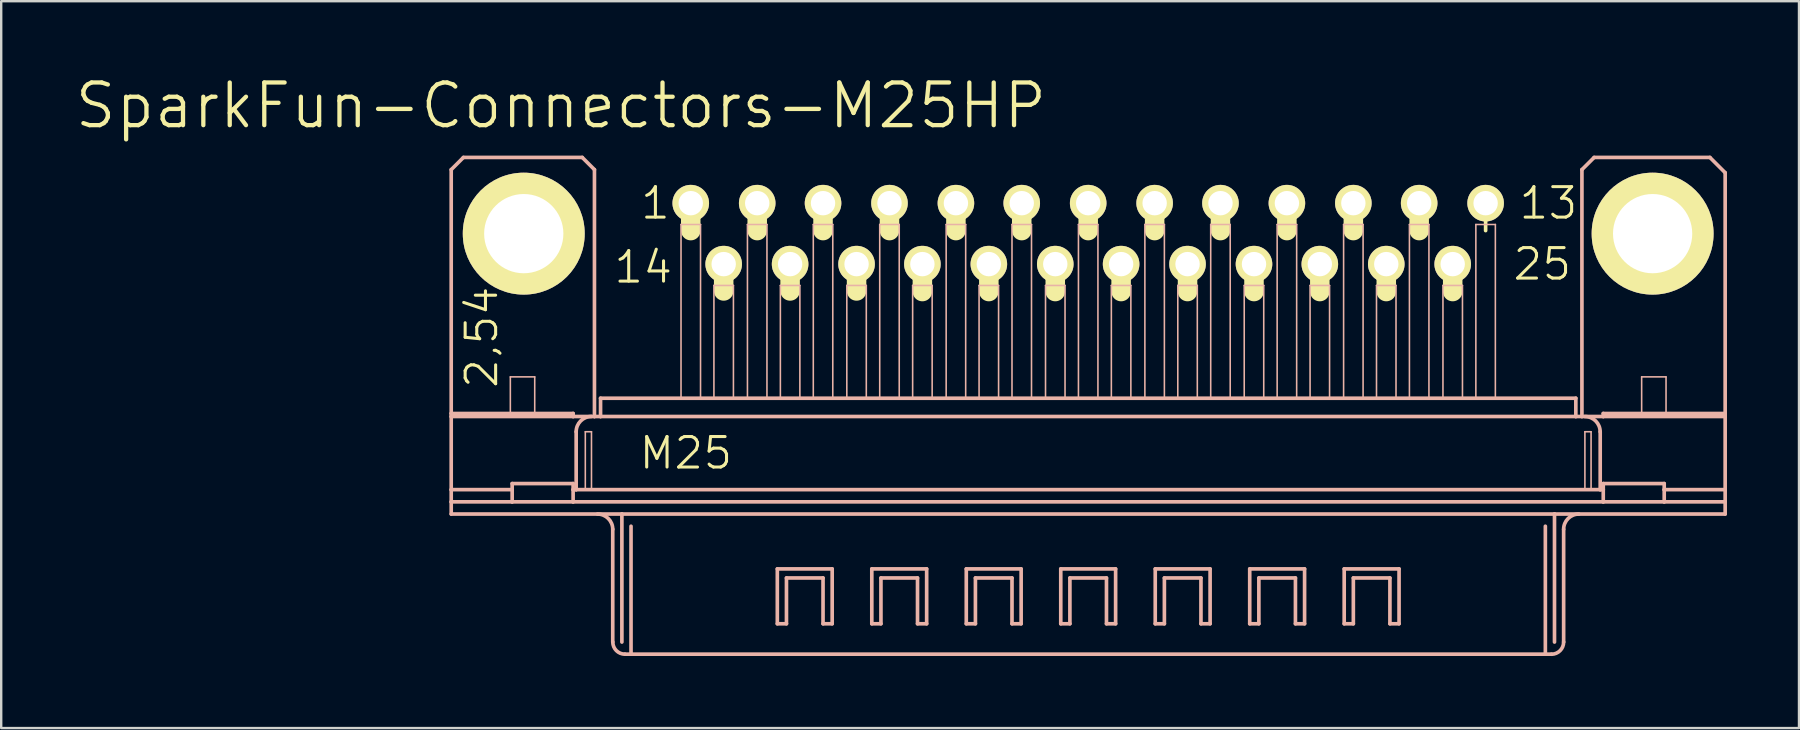
<source format=kicad_pcb>
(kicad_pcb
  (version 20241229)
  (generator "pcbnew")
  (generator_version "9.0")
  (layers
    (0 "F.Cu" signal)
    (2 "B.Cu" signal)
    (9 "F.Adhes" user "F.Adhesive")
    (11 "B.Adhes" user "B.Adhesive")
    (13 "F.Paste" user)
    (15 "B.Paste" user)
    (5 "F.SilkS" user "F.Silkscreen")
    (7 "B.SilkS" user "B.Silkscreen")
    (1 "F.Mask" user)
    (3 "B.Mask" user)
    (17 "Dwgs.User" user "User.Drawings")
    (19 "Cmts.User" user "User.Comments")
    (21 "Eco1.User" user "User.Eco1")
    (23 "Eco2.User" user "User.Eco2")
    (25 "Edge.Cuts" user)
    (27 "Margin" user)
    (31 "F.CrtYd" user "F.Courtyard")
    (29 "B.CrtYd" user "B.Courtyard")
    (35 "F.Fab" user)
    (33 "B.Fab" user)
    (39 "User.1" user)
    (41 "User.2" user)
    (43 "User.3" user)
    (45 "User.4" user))
  (footprint "SparkFun-Connectors-M25HP"
    (layer "F.Cu")
    (at 42.295 6.686)
    (property "Reference" "SparkFun-Connectors-M25HP" (at -21.971 -5.334 0) (layer "F.SilkS") (effects (font (size 1.778 1.778) (thickness 0.178))))
    (attr exclude_from_pos_files exclude_from_bom)
    (fp_line (start -16.561 -1.143) (end -16.561 -0.127) (stroke (width 0.813) (type solid)) (layer "F.SilkS"))
    (fp_line (start -15.189 1.372) (end -15.189 2.388) (stroke (width 0.813) (type solid)) (layer "F.SilkS"))
    (fp_line (start -13.792 -1.143) (end -13.792 -0.127) (stroke (width 0.813) (type solid)) (layer "F.SilkS"))
    (fp_line (start -12.421 1.372) (end -12.421 2.388) (stroke (width 0.813) (type solid)) (layer "F.SilkS"))
    (fp_line (start -11.049 -1.143) (end -11.049 -0.127) (stroke (width 0.813) (type solid)) (layer "F.SilkS"))
    (fp_line (start -9.652 1.372) (end -9.652 2.388) (stroke (width 0.813) (type solid)) (layer "F.SilkS"))
    (fp_line (start -8.28 -1.143) (end -8.28 -0.127) (stroke (width 0.813) (type solid)) (layer "F.SilkS"))
    (fp_line (start -6.909 1.397) (end -6.909 2.413) (stroke (width 0.813) (type solid)) (layer "F.SilkS"))
    (fp_line (start -5.512 -1.143) (end -5.512 -0.127) (stroke (width 0.813) (type solid)) (layer "F.SilkS"))
    (fp_line (start -4.14 1.397) (end -4.14 2.413) (stroke (width 0.813) (type solid)) (layer "F.SilkS"))
    (fp_line (start -2.769 -1.143) (end -2.769 -0.127) (stroke (width 0.813) (type solid)) (layer "F.SilkS"))
    (fp_line (start -1.372 1.397) (end -1.372 2.413) (stroke (width 0.813) (type solid)) (layer "F.SilkS"))
    (fp_line (start 0 -1.143) (end 0 -0.127) (stroke (width 0.813) (type solid)) (layer "F.SilkS"))
    (fp_line (start 1.372 1.397) (end 1.372 2.413) (stroke (width 0.813) (type solid)) (layer "F.SilkS"))
    (fp_line (start 2.769 -1.143) (end 2.769 -0.127) (stroke (width 0.813) (type solid)) (layer "F.SilkS"))
    (fp_line (start 4.14 1.397) (end 4.14 2.413) (stroke (width 0.813) (type solid)) (layer "F.SilkS"))
    (fp_line (start 5.512 -1.143) (end 5.512 -0.127) (stroke (width 0.813) (type solid)) (layer "F.SilkS"))
    (fp_line (start 6.909 1.397) (end 6.909 2.413) (stroke (width 0.813) (type solid)) (layer "F.SilkS"))
    (fp_line (start 8.28 -1.143) (end 8.28 -0.127) (stroke (width 0.813) (type solid)) (layer "F.SilkS"))
    (fp_line (start 9.652 1.397) (end 9.652 2.413) (stroke (width 0.813) (type solid)) (layer "F.SilkS"))
    (fp_line (start 11.049 -1.143) (end 11.049 -0.127) (stroke (width 0.813) (type solid)) (layer "F.SilkS"))
    (fp_line (start 12.421 1.397) (end 12.421 2.413) (stroke (width 0.813) (type solid)) (layer "F.SilkS"))
    (fp_line (start 13.792 -1.143) (end 13.792 -0.127) (stroke (width 0.813) (type solid)) (layer "F.SilkS"))
    (fp_line (start 15.189 1.397) (end 15.189 2.413) (stroke (width 0.813) (type solid)) (layer "F.SilkS"))
    (fp_line (start 16.561 -1.143) (end 16.561 -0.127) (stroke (width 0.152) (type solid)) (layer "F.SilkS"))
    (fp_line (start -26.543 -2.667) (end -26.543 7.493) (stroke (width 0.152) (type solid)) (layer "B.SilkS"))
    (fp_line (start -26.543 7.62) (end -26.543 7.493) (stroke (width 0.152) (type solid)) (layer "B.SilkS"))
    (fp_line (start -26.543 10.668) (end -26.543 7.62) (stroke (width 0.152) (type solid)) (layer "B.SilkS"))
    (fp_line (start -26.543 11.176) (end -26.543 10.668) (stroke (width 0.152) (type solid)) (layer "B.SilkS"))
    (fp_line (start -26.543 11.176) (end 26.543 11.176) (stroke (width 0.066) (type solid)) (layer "B.SilkS"))
    (fp_line (start -26.543 11.684) (end -26.543 11.176) (stroke (width 0.066) (type solid)) (layer "B.SilkS"))
    (fp_line (start -26.543 11.684) (end -26.543 11.176) (stroke (width 0.152) (type solid)) (layer "B.SilkS"))
    (fp_line (start -26.543 11.684) (end 26.543 11.684) (stroke (width 0.066) (type solid)) (layer "B.SilkS"))
    (fp_line (start -26.035 -3.175) (end -26.543 -2.667) (stroke (width 0.152) (type solid)) (layer "B.SilkS"))
    (fp_line (start -24.079 5.969) (end -23.063 5.969) (stroke (width 0.066) (type solid)) (layer "B.SilkS"))
    (fp_line (start -24.079 7.62) (end -24.079 5.969) (stroke (width 0.066) (type solid)) (layer "B.SilkS"))
    (fp_line (start -24.079 7.62) (end -23.063 7.62) (stroke (width 0.066) (type solid)) (layer "B.SilkS"))
    (fp_line (start -24.003 10.668) (end -26.543 10.668) (stroke (width 0.152) (type solid)) (layer "B.SilkS"))
    (fp_line (start -24.003 10.668) (end -24.003 10.414) (stroke (width 0.152) (type solid)) (layer "B.SilkS"))
    (fp_line (start -24.003 10.668) (end -24.003 11.176) (stroke (width 0.152) (type solid)) (layer "B.SilkS"))
    (fp_line (start -24.003 11.176) (end -26.543 11.176) (stroke (width 0.152) (type solid)) (layer "B.SilkS"))
    (fp_line (start -23.063 7.62) (end -23.063 5.969) (stroke (width 0.066) (type solid)) (layer "B.SilkS"))
    (fp_line (start -21.463 7.493) (end -26.543 7.493) (stroke (width 0.152) (type solid)) (layer "B.SilkS"))
    (fp_line (start -21.463 7.493) (end -21.463 7.62) (stroke (width 0.152) (type solid)) (layer "B.SilkS"))
    (fp_line (start -21.463 7.62) (end -26.543 7.62) (stroke (width 0.152) (type solid)) (layer "B.SilkS"))
    (fp_line (start -21.463 10.414) (end -24.003 10.414) (stroke (width 0.152) (type solid)) (layer "B.SilkS"))
    (fp_line (start -21.463 10.414) (end -21.463 10.668) (stroke (width 0.152) (type solid)) (layer "B.SilkS"))
    (fp_line (start -21.463 10.668) (end -21.463 11.176) (stroke (width 0.152) (type solid)) (layer "B.SilkS"))
    (fp_line (start -21.463 11.176) (end -24.003 11.176) (stroke (width 0.152) (type solid)) (layer "B.SilkS"))
    (fp_line (start -21.336 8.255) (end -21.336 10.668) (stroke (width 0.152) (type solid)) (layer "B.SilkS"))
    (fp_line (start -21.336 10.668) (end -21.463 10.668) (stroke (width 0.152) (type solid)) (layer "B.SilkS"))
    (fp_line (start -21.082 -3.175) (end -26.035 -3.175) (stroke (width 0.152) (type solid)) (layer "B.SilkS"))
    (fp_line (start -20.955 8.255) (end -20.698 8.255) (stroke (width 0.066) (type solid)) (layer "B.SilkS"))
    (fp_line (start -20.955 10.668) (end -20.955 8.255) (stroke (width 0.066) (type solid)) (layer "B.SilkS"))
    (fp_line (start -20.955 10.668) (end -20.698 10.668) (stroke (width 0.066) (type solid)) (layer "B.SilkS"))
    (fp_line (start -20.698 10.668) (end -20.698 8.255) (stroke (width 0.066) (type solid)) (layer "B.SilkS"))
    (fp_line (start -20.574 -2.667) (end -21.082 -3.175) (stroke (width 0.152) (type solid)) (layer "B.SilkS"))
    (fp_line (start -20.574 -2.667) (end -20.574 7.62) (stroke (width 0.152) (type solid)) (layer "B.SilkS"))
    (fp_line (start -20.574 7.62) (end -21.463 7.62) (stroke (width 0.152) (type solid)) (layer "B.SilkS"))
    (fp_line (start -20.32 6.858) (end 20.32 6.858) (stroke (width 0.066) (type solid)) (layer "B.SilkS"))
    (fp_line (start -20.32 7.62) (end -20.574 7.62) (stroke (width 0.152) (type solid)) (layer "B.SilkS"))
    (fp_line (start -20.32 7.62) (end -20.32 6.858) (stroke (width 0.066) (type solid)) (layer "B.SilkS"))
    (fp_line (start -20.32 7.62) (end -20.32 6.858) (stroke (width 0.152) (type solid)) (layer "B.SilkS"))
    (fp_line (start -20.32 7.62) (end 20.32 7.62) (stroke (width 0.066) (type solid)) (layer "B.SilkS"))
    (fp_line (start -19.812 12.319) (end -19.812 17.018) (stroke (width 0.152) (type solid)) (layer "B.SilkS"))
    (fp_line (start -19.431 11.684) (end -26.543 11.684) (stroke (width 0.152) (type solid)) (layer "B.SilkS"))
    (fp_line (start -19.431 11.684) (end -19.431 17.018) (stroke (width 0.152) (type solid)) (layer "B.SilkS"))
    (fp_line (start -19.05 12.192) (end -19.05 17.523) (stroke (width 0.152) (type solid)) (layer "B.SilkS"))
    (fp_line (start -19.05 17.523) (end -19.304 17.523) (stroke (width 0.152) (type solid)) (layer "B.SilkS"))
    (fp_line (start -16.967 -0.381) (end -16.154 -0.381) (stroke (width 0.066) (type solid)) (layer "B.SilkS"))
    (fp_line (start -16.967 6.858) (end -16.967 -0.381) (stroke (width 0.066) (type solid)) (layer "B.SilkS"))
    (fp_line (start -16.967 6.858) (end -16.154 6.858) (stroke (width 0.066) (type solid)) (layer "B.SilkS"))
    (fp_line (start -16.154 6.858) (end -16.154 -0.381) (stroke (width 0.066) (type solid)) (layer "B.SilkS"))
    (fp_line (start -15.596 2.159) (end -14.783 2.159) (stroke (width 0.066) (type solid)) (layer "B.SilkS"))
    (fp_line (start -15.596 6.858) (end -15.596 2.159) (stroke (width 0.066) (type solid)) (layer "B.SilkS"))
    (fp_line (start -15.596 6.858) (end -14.783 6.858) (stroke (width 0.066) (type solid)) (layer "B.SilkS"))
    (fp_line (start -14.783 6.858) (end -14.783 2.159) (stroke (width 0.066) (type solid)) (layer "B.SilkS"))
    (fp_line (start -14.199 -0.381) (end -13.386 -0.381) (stroke (width 0.066) (type solid)) (layer "B.SilkS"))
    (fp_line (start -14.199 6.858) (end -14.199 -0.381) (stroke (width 0.066) (type solid)) (layer "B.SilkS"))
    (fp_line (start -14.199 6.858) (end -13.386 6.858) (stroke (width 0.066) (type solid)) (layer "B.SilkS"))
    (fp_line (start -13.386 6.858) (end -13.386 -0.381) (stroke (width 0.066) (type solid)) (layer "B.SilkS"))
    (fp_line (start -12.954 13.97) (end -10.668 13.97) (stroke (width 0.152) (type solid)) (layer "B.SilkS"))
    (fp_line (start -12.954 16.256) (end -12.954 13.97) (stroke (width 0.152) (type solid)) (layer "B.SilkS"))
    (fp_line (start -12.827 2.159) (end -12.014 2.159) (stroke (width 0.066) (type solid)) (layer "B.SilkS"))
    (fp_line (start -12.827 6.858) (end -12.827 2.159) (stroke (width 0.066) (type solid)) (layer "B.SilkS"))
    (fp_line (start -12.827 6.858) (end -12.014 6.858) (stroke (width 0.066) (type solid)) (layer "B.SilkS"))
    (fp_line (start -12.573 14.348) (end -12.573 16.256) (stroke (width 0.152) (type solid)) (layer "B.SilkS"))
    (fp_line (start -12.573 16.256) (end -12.954 16.256) (stroke (width 0.152) (type solid)) (layer "B.SilkS"))
    (fp_line (start -12.014 6.858) (end -12.014 2.159) (stroke (width 0.066) (type solid)) (layer "B.SilkS"))
    (fp_line (start -11.455 -0.381) (end -10.643 -0.381) (stroke (width 0.066) (type solid)) (layer "B.SilkS"))
    (fp_line (start -11.455 6.858) (end -11.455 -0.381) (stroke (width 0.066) (type solid)) (layer "B.SilkS"))
    (fp_line (start -11.455 6.858) (end -10.643 6.858) (stroke (width 0.066) (type solid)) (layer "B.SilkS"))
    (fp_line (start -11.049 14.348) (end -12.573 14.348) (stroke (width 0.152) (type solid)) (layer "B.SilkS"))
    (fp_line (start -11.049 16.256) (end -11.049 14.348) (stroke (width 0.152) (type solid)) (layer "B.SilkS"))
    (fp_line (start -10.668 13.97) (end -10.668 16.256) (stroke (width 0.152) (type solid)) (layer "B.SilkS"))
    (fp_line (start -10.668 16.256) (end -11.049 16.256) (stroke (width 0.152) (type solid)) (layer "B.SilkS"))
    (fp_line (start -10.643 6.858) (end -10.643 -0.381) (stroke (width 0.066) (type solid)) (layer "B.SilkS"))
    (fp_line (start -10.058 2.159) (end -9.246 2.159) (stroke (width 0.066) (type solid)) (layer "B.SilkS"))
    (fp_line (start -10.058 6.858) (end -10.058 2.159) (stroke (width 0.066) (type solid)) (layer "B.SilkS"))
    (fp_line (start -10.058 6.858) (end -9.246 6.858) (stroke (width 0.066) (type solid)) (layer "B.SilkS"))
    (fp_line (start -9.246 6.858) (end -9.246 2.159) (stroke (width 0.066) (type solid)) (layer "B.SilkS"))
    (fp_line (start -9.017 13.97) (end -6.731 13.97) (stroke (width 0.152) (type solid)) (layer "B.SilkS"))
    (fp_line (start -9.017 16.256) (end -9.017 13.97) (stroke (width 0.152) (type solid)) (layer "B.SilkS"))
    (fp_line (start -8.687 -0.381) (end -7.874 -0.381) (stroke (width 0.066) (type solid)) (layer "B.SilkS"))
    (fp_line (start -8.687 6.858) (end -8.687 -0.381) (stroke (width 0.066) (type solid)) (layer "B.SilkS"))
    (fp_line (start -8.687 6.858) (end -7.874 6.858) (stroke (width 0.066) (type solid)) (layer "B.SilkS"))
    (fp_line (start -8.636 14.348) (end -8.636 16.256) (stroke (width 0.152) (type solid)) (layer "B.SilkS"))
    (fp_line (start -8.636 16.256) (end -9.017 16.256) (stroke (width 0.152) (type solid)) (layer "B.SilkS"))
    (fp_line (start -7.874 6.858) (end -7.874 -0.381) (stroke (width 0.066) (type solid)) (layer "B.SilkS"))
    (fp_line (start -7.315 2.159) (end -6.502 2.159) (stroke (width 0.066) (type solid)) (layer "B.SilkS"))
    (fp_line (start -7.315 6.858) (end -7.315 2.159) (stroke (width 0.066) (type solid)) (layer "B.SilkS"))
    (fp_line (start -7.315 6.858) (end -6.502 6.858) (stroke (width 0.066) (type solid)) (layer "B.SilkS"))
    (fp_line (start -7.112 14.348) (end -8.636 14.348) (stroke (width 0.152) (type solid)) (layer "B.SilkS"))
    (fp_line (start -7.112 16.256) (end -7.112 14.348) (stroke (width 0.152) (type solid)) (layer "B.SilkS"))
    (fp_line (start -6.731 13.97) (end -6.731 16.256) (stroke (width 0.152) (type solid)) (layer "B.SilkS"))
    (fp_line (start -6.731 16.256) (end -7.112 16.256) (stroke (width 0.152) (type solid)) (layer "B.SilkS"))
    (fp_line (start -6.502 6.858) (end -6.502 2.159) (stroke (width 0.066) (type solid)) (layer "B.SilkS"))
    (fp_line (start -5.918 -0.381) (end -5.105 -0.381) (stroke (width 0.066) (type solid)) (layer "B.SilkS"))
    (fp_line (start -5.918 6.858) (end -5.918 -0.381) (stroke (width 0.066) (type solid)) (layer "B.SilkS"))
    (fp_line (start -5.918 6.858) (end -5.105 6.858) (stroke (width 0.066) (type solid)) (layer "B.SilkS"))
    (fp_line (start -5.105 6.858) (end -5.105 -0.381) (stroke (width 0.066) (type solid)) (layer "B.SilkS"))
    (fp_line (start -5.08 13.97) (end -2.794 13.97) (stroke (width 0.152) (type solid)) (layer "B.SilkS"))
    (fp_line (start -5.08 16.256) (end -5.08 13.97) (stroke (width 0.152) (type solid)) (layer "B.SilkS"))
    (fp_line (start -4.699 14.348) (end -4.699 16.256) (stroke (width 0.152) (type solid)) (layer "B.SilkS"))
    (fp_line (start -4.699 16.256) (end -5.08 16.256) (stroke (width 0.152) (type solid)) (layer "B.SilkS"))
    (fp_line (start -4.547 2.159) (end -3.734 2.159) (stroke (width 0.066) (type solid)) (layer "B.SilkS"))
    (fp_line (start -4.547 6.858) (end -4.547 2.159) (stroke (width 0.066) (type solid)) (layer "B.SilkS"))
    (fp_line (start -4.547 6.858) (end -3.734 6.858) (stroke (width 0.066) (type solid)) (layer "B.SilkS"))
    (fp_line (start -3.734 6.858) (end -3.734 2.159) (stroke (width 0.066) (type solid)) (layer "B.SilkS"))
    (fp_line (start -3.175 -0.381) (end -2.362 -0.381) (stroke (width 0.066) (type solid)) (layer "B.SilkS"))
    (fp_line (start -3.175 6.858) (end -3.175 -0.381) (stroke (width 0.066) (type solid)) (layer "B.SilkS"))
    (fp_line (start -3.175 6.858) (end -2.362 6.858) (stroke (width 0.066) (type solid)) (layer "B.SilkS"))
    (fp_line (start -3.175 14.348) (end -4.699 14.348) (stroke (width 0.152) (type solid)) (layer "B.SilkS"))
    (fp_line (start -3.175 16.256) (end -3.175 14.348) (stroke (width 0.152) (type solid)) (layer "B.SilkS"))
    (fp_line (start -2.794 13.97) (end -2.794 16.256) (stroke (width 0.152) (type solid)) (layer "B.SilkS"))
    (fp_line (start -2.794 16.256) (end -3.175 16.256) (stroke (width 0.152) (type solid)) (layer "B.SilkS"))
    (fp_line (start -2.362 6.858) (end -2.362 -0.381) (stroke (width 0.066) (type solid)) (layer "B.SilkS"))
    (fp_line (start -1.778 2.159) (end -0.965 2.159) (stroke (width 0.066) (type solid)) (layer "B.SilkS"))
    (fp_line (start -1.778 6.858) (end -1.778 2.159) (stroke (width 0.066) (type solid)) (layer "B.SilkS"))
    (fp_line (start -1.778 6.858) (end -0.965 6.858) (stroke (width 0.066) (type solid)) (layer "B.SilkS"))
    (fp_line (start -1.143 13.97) (end 1.143 13.97) (stroke (width 0.152) (type solid)) (layer "B.SilkS"))
    (fp_line (start -1.143 16.256) (end -1.143 13.97) (stroke (width 0.152) (type solid)) (layer "B.SilkS"))
    (fp_line (start -0.965 6.858) (end -0.965 2.159) (stroke (width 0.066) (type solid)) (layer "B.SilkS"))
    (fp_line (start -0.762 14.348) (end -0.762 16.256) (stroke (width 0.152) (type solid)) (layer "B.SilkS"))
    (fp_line (start -0.762 16.256) (end -1.143 16.256) (stroke (width 0.152) (type solid)) (layer "B.SilkS"))
    (fp_line (start -0.406 -0.381) (end 0.406 -0.381) (stroke (width 0.066) (type solid)) (layer "B.SilkS"))
    (fp_line (start -0.406 6.858) (end -0.406 -0.381) (stroke (width 0.066) (type solid)) (layer "B.SilkS"))
    (fp_line (start -0.406 6.858) (end 0.406 6.858) (stroke (width 0.066) (type solid)) (layer "B.SilkS"))
    (fp_line (start 0.406 6.858) (end 0.406 -0.381) (stroke (width 0.066) (type solid)) (layer "B.SilkS"))
    (fp_line (start 0.762 14.348) (end -0.762 14.348) (stroke (width 0.152) (type solid)) (layer "B.SilkS"))
    (fp_line (start 0.762 16.256) (end 0.762 14.348) (stroke (width 0.152) (type solid)) (layer "B.SilkS"))
    (fp_line (start 0.965 2.159) (end 1.778 2.159) (stroke (width 0.066) (type solid)) (layer "B.SilkS"))
    (fp_line (start 0.965 6.858) (end 0.965 2.159) (stroke (width 0.066) (type solid)) (layer "B.SilkS"))
    (fp_line (start 0.965 6.858) (end 1.778 6.858) (stroke (width 0.066) (type solid)) (layer "B.SilkS"))
    (fp_line (start 1.143 13.97) (end 1.143 16.256) (stroke (width 0.152) (type solid)) (layer "B.SilkS"))
    (fp_line (start 1.143 16.256) (end 0.762 16.256) (stroke (width 0.152) (type solid)) (layer "B.SilkS"))
    (fp_line (start 1.778 6.858) (end 1.778 2.159) (stroke (width 0.066) (type solid)) (layer "B.SilkS"))
    (fp_line (start 2.362 -0.381) (end 3.175 -0.381) (stroke (width 0.066) (type solid)) (layer "B.SilkS"))
    (fp_line (start 2.362 6.858) (end 2.362 -0.381) (stroke (width 0.066) (type solid)) (layer "B.SilkS"))
    (fp_line (start 2.362 6.858) (end 3.175 6.858) (stroke (width 0.066) (type solid)) (layer "B.SilkS"))
    (fp_line (start 2.794 13.97) (end 5.08 13.97) (stroke (width 0.152) (type solid)) (layer "B.SilkS"))
    (fp_line (start 2.794 16.256) (end 2.794 13.97) (stroke (width 0.152) (type solid)) (layer "B.SilkS"))
    (fp_line (start 3.175 6.858) (end 3.175 -0.381) (stroke (width 0.066) (type solid)) (layer "B.SilkS"))
    (fp_line (start 3.175 14.348) (end 3.175 16.256) (stroke (width 0.152) (type solid)) (layer "B.SilkS"))
    (fp_line (start 3.175 16.256) (end 2.794 16.256) (stroke (width 0.152) (type solid)) (layer "B.SilkS"))
    (fp_line (start 3.734 2.159) (end 4.547 2.159) (stroke (width 0.066) (type solid)) (layer "B.SilkS"))
    (fp_line (start 3.734 6.858) (end 3.734 2.159) (stroke (width 0.066) (type solid)) (layer "B.SilkS"))
    (fp_line (start 3.734 6.858) (end 4.547 6.858) (stroke (width 0.066) (type solid)) (layer "B.SilkS"))
    (fp_line (start 4.547 6.858) (end 4.547 2.159) (stroke (width 0.066) (type solid)) (layer "B.SilkS"))
    (fp_line (start 4.699 14.348) (end 3.175 14.348) (stroke (width 0.152) (type solid)) (layer "B.SilkS"))
    (fp_line (start 4.699 16.256) (end 4.699 14.348) (stroke (width 0.152) (type solid)) (layer "B.SilkS"))
    (fp_line (start 5.08 13.97) (end 5.08 16.256) (stroke (width 0.152) (type solid)) (layer "B.SilkS"))
    (fp_line (start 5.08 16.256) (end 4.699 16.256) (stroke (width 0.152) (type solid)) (layer "B.SilkS"))
    (fp_line (start 5.105 -0.381) (end 5.918 -0.381) (stroke (width 0.066) (type solid)) (layer "B.SilkS"))
    (fp_line (start 5.105 6.858) (end 5.105 -0.381) (stroke (width 0.066) (type solid)) (layer "B.SilkS"))
    (fp_line (start 5.105 6.858) (end 5.918 6.858) (stroke (width 0.066) (type solid)) (layer "B.SilkS"))
    (fp_line (start 5.918 6.858) (end 5.918 -0.381) (stroke (width 0.066) (type solid)) (layer "B.SilkS"))
    (fp_line (start 6.502 2.159) (end 7.315 2.159) (stroke (width 0.066) (type solid)) (layer "B.SilkS"))
    (fp_line (start 6.502 6.858) (end 6.502 2.159) (stroke (width 0.066) (type solid)) (layer "B.SilkS"))
    (fp_line (start 6.502 6.858) (end 7.315 6.858) (stroke (width 0.066) (type solid)) (layer "B.SilkS"))
    (fp_line (start 6.731 13.97) (end 9.017 13.97) (stroke (width 0.152) (type solid)) (layer "B.SilkS"))
    (fp_line (start 6.731 16.256) (end 6.731 13.97) (stroke (width 0.152) (type solid)) (layer "B.SilkS"))
    (fp_line (start 7.112 14.348) (end 7.112 16.256) (stroke (width 0.152) (type solid)) (layer "B.SilkS"))
    (fp_line (start 7.112 16.256) (end 6.731 16.256) (stroke (width 0.152) (type solid)) (layer "B.SilkS"))
    (fp_line (start 7.315 6.858) (end 7.315 2.159) (stroke (width 0.066) (type solid)) (layer "B.SilkS"))
    (fp_line (start 7.874 -0.381) (end 8.687 -0.381) (stroke (width 0.066) (type solid)) (layer "B.SilkS"))
    (fp_line (start 7.874 6.858) (end 7.874 -0.381) (stroke (width 0.066) (type solid)) (layer "B.SilkS"))
    (fp_line (start 7.874 6.858) (end 8.687 6.858) (stroke (width 0.066) (type solid)) (layer "B.SilkS"))
    (fp_line (start 8.636 14.348) (end 7.112 14.348) (stroke (width 0.152) (type solid)) (layer "B.SilkS"))
    (fp_line (start 8.636 16.256) (end 8.636 14.348) (stroke (width 0.152) (type solid)) (layer "B.SilkS"))
    (fp_line (start 8.687 6.858) (end 8.687 -0.381) (stroke (width 0.066) (type solid)) (layer "B.SilkS"))
    (fp_line (start 9.017 13.97) (end 9.017 16.256) (stroke (width 0.152) (type solid)) (layer "B.SilkS"))
    (fp_line (start 9.017 16.256) (end 8.636 16.256) (stroke (width 0.152) (type solid)) (layer "B.SilkS"))
    (fp_line (start 9.246 2.159) (end 10.058 2.159) (stroke (width 0.066) (type solid)) (layer "B.SilkS"))
    (fp_line (start 9.246 6.858) (end 9.246 2.159) (stroke (width 0.066) (type solid)) (layer "B.SilkS"))
    (fp_line (start 9.246 6.858) (end 10.058 6.858) (stroke (width 0.066) (type solid)) (layer "B.SilkS"))
    (fp_line (start 10.058 6.858) (end 10.058 2.159) (stroke (width 0.066) (type solid)) (layer "B.SilkS"))
    (fp_line (start 10.643 -0.381) (end 11.455 -0.381) (stroke (width 0.066) (type solid)) (layer "B.SilkS"))
    (fp_line (start 10.643 6.858) (end 10.643 -0.381) (stroke (width 0.066) (type solid)) (layer "B.SilkS"))
    (fp_line (start 10.643 6.858) (end 11.455 6.858) (stroke (width 0.066) (type solid)) (layer "B.SilkS"))
    (fp_line (start 10.668 13.97) (end 12.954 13.97) (stroke (width 0.152) (type solid)) (layer "B.SilkS"))
    (fp_line (start 10.668 16.256) (end 10.668 13.97) (stroke (width 0.152) (type solid)) (layer "B.SilkS"))
    (fp_line (start 11.049 14.348) (end 11.049 16.256) (stroke (width 0.152) (type solid)) (layer "B.SilkS"))
    (fp_line (start 11.049 16.256) (end 10.668 16.256) (stroke (width 0.152) (type solid)) (layer "B.SilkS"))
    (fp_line (start 11.455 6.858) (end 11.455 -0.381) (stroke (width 0.066) (type solid)) (layer "B.SilkS"))
    (fp_line (start 12.014 2.159) (end 12.827 2.159) (stroke (width 0.066) (type solid)) (layer "B.SilkS"))
    (fp_line (start 12.014 6.858) (end 12.014 2.159) (stroke (width 0.066) (type solid)) (layer "B.SilkS"))
    (fp_line (start 12.014 6.858) (end 12.827 6.858) (stroke (width 0.066) (type solid)) (layer "B.SilkS"))
    (fp_line (start 12.573 14.348) (end 11.049 14.348) (stroke (width 0.152) (type solid)) (layer "B.SilkS"))
    (fp_line (start 12.573 16.256) (end 12.573 14.348) (stroke (width 0.152) (type solid)) (layer "B.SilkS"))
    (fp_line (start 12.827 6.858) (end 12.827 2.159) (stroke (width 0.066) (type solid)) (layer "B.SilkS"))
    (fp_line (start 12.954 13.97) (end 12.954 16.256) (stroke (width 0.152) (type solid)) (layer "B.SilkS"))
    (fp_line (start 12.954 16.256) (end 12.573 16.256) (stroke (width 0.152) (type solid)) (layer "B.SilkS"))
    (fp_line (start 13.386 -0.381) (end 14.199 -0.381) (stroke (width 0.066) (type solid)) (layer "B.SilkS"))
    (fp_line (start 13.386 6.858) (end 13.386 -0.381) (stroke (width 0.066) (type solid)) (layer "B.SilkS"))
    (fp_line (start 13.386 6.858) (end 14.199 6.858) (stroke (width 0.066) (type solid)) (layer "B.SilkS"))
    (fp_line (start 14.199 6.858) (end 14.199 -0.381) (stroke (width 0.066) (type solid)) (layer "B.SilkS"))
    (fp_line (start 14.783 2.159) (end 15.596 2.159) (stroke (width 0.066) (type solid)) (layer "B.SilkS"))
    (fp_line (start 14.783 6.858) (end 14.783 2.159) (stroke (width 0.066) (type solid)) (layer "B.SilkS"))
    (fp_line (start 14.783 6.858) (end 15.596 6.858) (stroke (width 0.066) (type solid)) (layer "B.SilkS"))
    (fp_line (start 15.596 6.858) (end 15.596 2.159) (stroke (width 0.066) (type solid)) (layer "B.SilkS"))
    (fp_line (start 16.154 -0.381) (end 16.967 -0.381) (stroke (width 0.066) (type solid)) (layer "B.SilkS"))
    (fp_line (start 16.154 6.858) (end 16.154 -0.381) (stroke (width 0.066) (type solid)) (layer "B.SilkS"))
    (fp_line (start 16.154 6.858) (end 16.967 6.858) (stroke (width 0.066) (type solid)) (layer "B.SilkS"))
    (fp_line (start 16.967 6.858) (end 16.967 -0.381) (stroke (width 0.066) (type solid)) (layer "B.SilkS"))
    (fp_line (start 19.05 12.192) (end 19.05 17.523) (stroke (width 0.152) (type solid)) (layer "B.SilkS"))
    (fp_line (start 19.05 17.523) (end -19.05 17.523) (stroke (width 0.152) (type solid)) (layer "B.SilkS"))
    (fp_line (start 19.304 17.523) (end 19.05 17.523) (stroke (width 0.152) (type solid)) (layer "B.SilkS"))
    (fp_line (start 19.431 11.684) (end -19.431 11.684) (stroke (width 0.152) (type solid)) (layer "B.SilkS"))
    (fp_line (start 19.431 11.684) (end 19.431 17.018) (stroke (width 0.152) (type solid)) (layer "B.SilkS"))
    (fp_line (start 19.812 12.319) (end 19.812 17.018) (stroke (width 0.152) (type solid)) (layer "B.SilkS"))
    (fp_line (start 20.32 6.858) (end -20.32 6.858) (stroke (width 0.152) (type solid)) (layer "B.SilkS"))
    (fp_line (start 20.32 7.62) (end -20.32 7.62) (stroke (width 0.152) (type solid)) (layer "B.SilkS"))
    (fp_line (start 20.32 7.62) (end 20.32 6.858) (stroke (width 0.066) (type solid)) (layer "B.SilkS"))
    (fp_line (start 20.32 7.62) (end 20.32 6.858) (stroke (width 0.152) (type solid)) (layer "B.SilkS"))
    (fp_line (start 20.574 -2.667) (end 20.574 7.62) (stroke (width 0.152) (type solid)) (layer "B.SilkS"))
    (fp_line (start 20.574 7.62) (end 20.32 7.62) (stroke (width 0.152) (type solid)) (layer "B.SilkS"))
    (fp_line (start 20.698 8.255) (end 20.955 8.255) (stroke (width 0.066) (type solid)) (layer "B.SilkS"))
    (fp_line (start 20.698 10.668) (end 20.698 8.255) (stroke (width 0.066) (type solid)) (layer "B.SilkS"))
    (fp_line (start 20.698 10.668) (end 20.955 10.668) (stroke (width 0.066) (type solid)) (layer "B.SilkS"))
    (fp_line (start 20.955 10.668) (end 20.955 8.255) (stroke (width 0.066) (type solid)) (layer "B.SilkS"))
    (fp_line (start 21.082 -3.175) (end 20.574 -2.667) (stroke (width 0.152) (type solid)) (layer "B.SilkS"))
    (fp_line (start 21.082 -3.175) (end 25.908 -3.175) (stroke (width 0.152) (type solid)) (layer "B.SilkS"))
    (fp_line (start 21.336 8.255) (end 21.336 10.668) (stroke (width 0.152) (type solid)) (layer "B.SilkS"))
    (fp_line (start 21.336 10.668) (end -21.336 10.668) (stroke (width 0.152) (type solid)) (layer "B.SilkS"))
    (fp_line (start 21.463 7.493) (end 21.463 7.62) (stroke (width 0.152) (type solid)) (layer "B.SilkS"))
    (fp_line (start 21.463 7.62) (end 20.574 7.62) (stroke (width 0.152) (type solid)) (layer "B.SilkS"))
    (fp_line (start 21.463 10.414) (end 21.463 10.668) (stroke (width 0.152) (type solid)) (layer "B.SilkS"))
    (fp_line (start 21.463 10.668) (end 21.336 10.668) (stroke (width 0.152) (type solid)) (layer "B.SilkS"))
    (fp_line (start 21.463 10.668) (end 21.463 11.176) (stroke (width 0.152) (type solid)) (layer "B.SilkS"))
    (fp_line (start 21.463 11.176) (end -21.463 11.176) (stroke (width 0.152) (type solid)) (layer "B.SilkS"))
    (fp_line (start 23.063 5.969) (end 24.079 5.969) (stroke (width 0.066) (type solid)) (layer "B.SilkS"))
    (fp_line (start 23.063 7.62) (end 23.063 5.969) (stroke (width 0.066) (type solid)) (layer "B.SilkS"))
    (fp_line (start 23.063 7.62) (end 24.079 7.62) (stroke (width 0.066) (type solid)) (layer "B.SilkS"))
    (fp_line (start 24.003 10.414) (end 21.463 10.414) (stroke (width 0.152) (type solid)) (layer "B.SilkS"))
    (fp_line (start 24.003 10.668) (end 24.003 10.414) (stroke (width 0.152) (type solid)) (layer "B.SilkS"))
    (fp_line (start 24.003 10.668) (end 24.003 11.176) (stroke (width 0.152) (type solid)) (layer "B.SilkS"))
    (fp_line (start 24.003 11.176) (end 21.463 11.176) (stroke (width 0.152) (type solid)) (layer "B.SilkS"))
    (fp_line (start 24.079 7.62) (end 24.079 5.969) (stroke (width 0.066) (type solid)) (layer "B.SilkS"))
    (fp_line (start 25.908 -3.175) (end 26.543 -2.54) (stroke (width 0.152) (type solid)) (layer "B.SilkS"))
    (fp_line (start 26.543 -2.54) (end 26.543 7.493) (stroke (width 0.152) (type solid)) (layer "B.SilkS"))
    (fp_line (start 26.543 7.493) (end 21.463 7.493) (stroke (width 0.152) (type solid)) (layer "B.SilkS"))
    (fp_line (start 26.543 7.62) (end 21.463 7.62) (stroke (width 0.152) (type solid)) (layer "B.SilkS"))
    (fp_line (start 26.543 7.62) (end 26.543 7.493) (stroke (width 0.152) (type solid)) (layer "B.SilkS"))
    (fp_line (start 26.543 7.62) (end 26.543 10.668) (stroke (width 0.152) (type solid)) (layer "B.SilkS"))
    (fp_line (start 26.543 10.668) (end 24.003 10.668) (stroke (width 0.152) (type solid)) (layer "B.SilkS"))
    (fp_line (start 26.543 10.668) (end 26.543 11.176) (stroke (width 0.152) (type solid)) (layer "B.SilkS"))
    (fp_line (start 26.543 11.176) (end 24.003 11.176) (stroke (width 0.152) (type solid)) (layer "B.SilkS"))
    (fp_line (start 26.543 11.176) (end 26.543 11.684) (stroke (width 0.152) (type solid)) (layer "B.SilkS"))
    (fp_line (start 26.543 11.684) (end 19.431 11.684) (stroke (width 0.152) (type solid)) (layer "B.SilkS"))
    (fp_line (start 26.543 11.684) (end 26.543 11.176) (stroke (width 0.066) (type solid)) (layer "B.SilkS"))
    (fp_arc (start -21.336 8.255) (mid -21.149269 7.804191) (end -20.69846 7.61746) (stroke (width 0.1524) (type solid)) (layer "B.SilkS"))
    (fp_arc (start -20.447 11.684) (mid -19.997987 11.869987) (end -19.812 12.319) (stroke (width 0.1524) (type solid)) (layer "B.SilkS"))
    (fp_arc (start -19.304 17.52346) (mid -19.661414 17.375414) (end -19.80946 17.018) (stroke (width 0.1524) (type solid)) (layer "B.SilkS"))
    (fp_arc (start 19.812 12.319) (mid 19.997987 11.869987) (end 20.447 11.684) (stroke (width 0.1524) (type solid)) (layer "B.SilkS"))
    (fp_arc (start 19.812 17.018) (mid 19.66321 17.37721) (end 19.304 17.526) (stroke (width 0.1524) (type solid)) (layer "B.SilkS"))
    (fp_arc (start 20.69846 7.62) (mid 21.147473 7.805987) (end 21.33346 8.255) (stroke (width 0.1524) (type solid)) (layer "B.SilkS"))
    (fp_circle (center -23.52 0) (end -24.346 0.826) (stroke (width 0.076) (type solid)) (fill no) (layer "B.SilkS"))
    (fp_circle (center 23.52 0) (end 24.346 0.826) (stroke (width 0.076) (type solid)) (fill no) (layer "B.SilkS"))
    (fp_text user "1" (at -18.034 -1.27 0) (layer "F.SilkS") (effects (font (size 1.27 1.27) (thickness 0.127))))
    (fp_text user "13" (at 19.177 -1.27 0) (layer "F.SilkS") (effects (font (size 1.27 1.27) (thickness 0.127))))
    (fp_text user "2,54" (at -25.273 4.318 90) (layer "F.SilkS") (effects (font (size 1.27 1.27) (thickness 0.127))))
    (fp_text user "25" (at 18.923 1.27 0) (layer "F.SilkS") (effects (font (size 1.27 1.27) (thickness 0.127))))
    (fp_text user "14" (at -18.542 1.397 0) (layer "F.SilkS") (effects (font (size 1.27 1.27) (thickness 0.127))))
    (fp_text user "M25" (at -16.764 9.144 0) (layer "F.SilkS") (effects (font (size 1.27 1.27) (thickness 0.127))))
    (pad "1" thru_hole circle (at -16.561 -1.27) (size 1.524 1.524) (drill 1.016) (layers "*.Cu" "F.Mask" "F.SilkS" "F.Paste"))
    (pad "2" thru_hole circle (at -13.792 -1.27) (size 1.524 1.524) (drill 1.016) (layers "*.Cu" "F.Mask" "F.SilkS" "F.Paste"))
    (pad "3" thru_hole circle (at -11.049 -1.27) (size 1.524 1.524) (drill 1.016) (layers "*.Cu" "F.Mask" "F.SilkS" "F.Paste"))
    (pad "4" thru_hole circle (at -8.28 -1.27) (size 1.524 1.524) (drill 1.016) (layers "*.Cu" "F.Mask" "F.SilkS" "F.Paste"))
    (pad "5" thru_hole circle (at -5.512 -1.27) (size 1.524 1.524) (drill 1.016) (layers "*.Cu" "F.Mask" "F.SilkS" "F.Paste"))
    (pad "6" thru_hole circle (at -2.769 -1.27) (size 1.524 1.524) (drill 1.016) (layers "*.Cu" "F.Mask" "F.SilkS" "F.Paste"))
    (pad "7" thru_hole circle (at 0 -1.27) (size 1.524 1.524) (drill 1.016) (layers "*.Cu" "F.Mask" "F.SilkS" "F.Paste"))
    (pad "8" thru_hole circle (at 2.769 -1.27) (size 1.524 1.524) (drill 1.016) (layers "*.Cu" "F.Mask" "F.SilkS" "F.Paste"))
    (pad "9" thru_hole circle (at 5.512 -1.27) (size 1.524 1.524) (drill 1.016) (layers "*.Cu" "F.Mask" "F.SilkS" "F.Paste"))
    (pad "10" thru_hole circle (at 8.28 -1.27) (size 1.524 1.524) (drill 1.016) (layers "*.Cu" "F.Mask" "F.SilkS" "F.Paste"))
    (pad "11" thru_hole circle (at 11.049 -1.27) (size 1.524 1.524) (drill 1.016) (layers "*.Cu" "F.Mask" "F.SilkS" "F.Paste"))
    (pad "12" thru_hole circle (at 13.792 -1.27) (size 1.524 1.524) (drill 1.016) (layers "*.Cu" "F.Mask" "F.SilkS" "F.Paste"))
    (pad "13" thru_hole circle (at 16.561 -1.27) (size 1.524 1.524) (drill 1.016) (layers "*.Cu" "F.Mask" "F.SilkS" "F.Paste"))
    (pad "14" thru_hole circle (at -15.189 1.27) (size 1.524 1.524) (drill 1.016) (layers "*.Cu" "F.Mask" "F.SilkS" "F.Paste"))
    (pad "15" thru_hole circle (at -12.421 1.27) (size 1.524 1.524) (drill 1.016) (layers "*.Cu" "F.Mask" "F.SilkS" "F.Paste"))
    (pad "16" thru_hole circle (at -9.652 1.27) (size 1.524 1.524) (drill 1.016) (layers "*.Cu" "F.Mask" "F.SilkS" "F.Paste"))
    (pad "17" thru_hole circle (at -6.909 1.27) (size 1.524 1.524) (drill 1.016) (layers "*.Cu" "F.Mask" "F.SilkS" "F.Paste"))
    (pad "18" thru_hole circle (at -4.14 1.27) (size 1.524 1.524) (drill 1.016) (layers "*.Cu" "F.Mask" "F.SilkS" "F.Paste"))
    (pad "19" thru_hole circle (at -1.372 1.27) (size 1.524 1.524) (drill 1.016) (layers "*.Cu" "F.Mask" "F.SilkS" "F.Paste"))
    (pad "20" thru_hole circle (at 1.372 1.27) (size 1.524 1.524) (drill 1.016) (layers "*.Cu" "F.Mask" "F.SilkS" "F.Paste"))
    (pad "21" thru_hole circle (at 4.14 1.27) (size 1.524 1.524) (drill 1.016) (layers "*.Cu" "F.Mask" "F.SilkS" "F.Paste"))
    (pad "22" thru_hole circle (at 6.909 1.27) (size 1.524 1.524) (drill 1.016) (layers "*.Cu" "F.Mask" "F.SilkS" "F.Paste"))
    (pad "23" thru_hole circle (at 9.652 1.27) (size 1.524 1.524) (drill 1.016) (layers "*.Cu" "F.Mask" "F.SilkS" "F.Paste"))
    (pad "24" thru_hole circle (at 12.421 1.27) (size 1.524 1.524) (drill 1.016) (layers "*.Cu" "F.Mask" "F.SilkS" "F.Paste"))
    (pad "25" thru_hole circle (at 15.189 1.27) (size 1.524 1.524) (drill 1.016) (layers "*.Cu" "F.Mask" "F.SilkS" "F.Paste"))
    (pad "G1" thru_hole circle (at -23.52 0) (size 5.08 5.08) (drill 3.302) (layers "*.Cu" "F.Mask" "F.SilkS" "F.Paste"))
    (pad "G2" thru_hole circle (at 23.52 0) (size 5.08 5.08) (drill 3.302) (layers "*.Cu" "F.Mask" "F.SilkS" "F.Paste")))
  (gr_rect
    (start -3 -3)
    (end 71.914 27.288)
    (stroke (width 0.1) (type default))
    (fill no)
    (layer "Edge.Cuts")))
</source>
